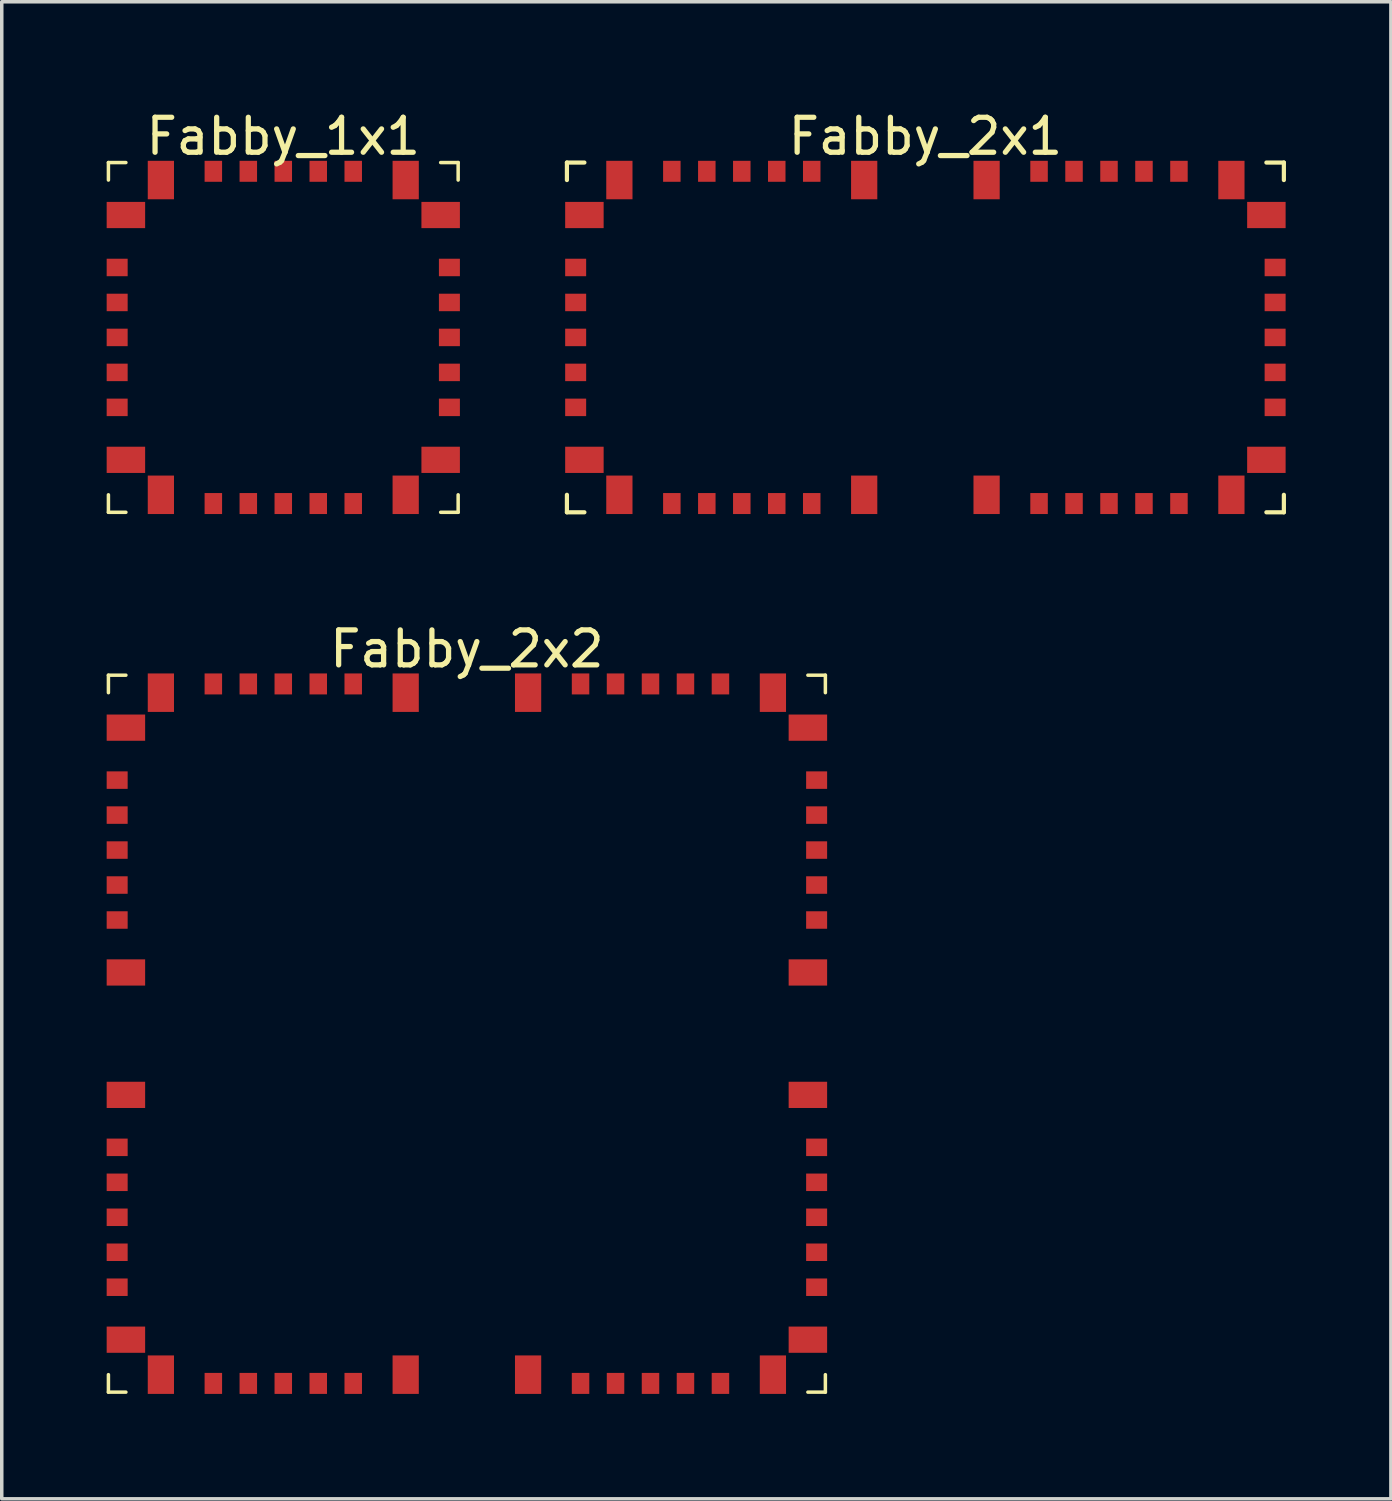
<source format=kicad_pcb>
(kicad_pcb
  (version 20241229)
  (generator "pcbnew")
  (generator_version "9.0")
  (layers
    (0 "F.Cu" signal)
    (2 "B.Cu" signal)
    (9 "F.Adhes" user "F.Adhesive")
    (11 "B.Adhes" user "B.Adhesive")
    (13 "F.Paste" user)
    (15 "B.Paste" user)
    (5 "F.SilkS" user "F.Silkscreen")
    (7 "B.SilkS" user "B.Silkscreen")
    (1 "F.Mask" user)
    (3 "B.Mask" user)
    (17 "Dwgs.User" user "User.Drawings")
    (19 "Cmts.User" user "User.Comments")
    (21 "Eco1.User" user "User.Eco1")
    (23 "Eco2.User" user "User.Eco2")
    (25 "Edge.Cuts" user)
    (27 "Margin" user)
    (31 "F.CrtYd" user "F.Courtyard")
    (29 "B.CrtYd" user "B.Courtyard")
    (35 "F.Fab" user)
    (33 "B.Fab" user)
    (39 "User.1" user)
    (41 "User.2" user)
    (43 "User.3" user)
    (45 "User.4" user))
  (footprint "Fabby_1x1"
    (layer "F.Cu")
    (at 5.05 6.598)
    (property "Reference" "Fabby_1x1" (at 0 -5.75 0) (layer "F.SilkS") (effects (font (size 1 1) (thickness 0.15))))
    (attr through_hole)
    (fp_line (start -5 -4.5) (end -5 -5) (stroke (width 0.1) (type solid)) (layer "F.SilkS"))
    (fp_line (start -5 4.5) (end -5 5) (stroke (width 0.1) (type solid)) (layer "F.SilkS"))
    (fp_line (start -5 5) (end -4.5 5) (stroke (width 0.1) (type solid)) (layer "F.SilkS"))
    (fp_line (start -4.5 -5) (end -5 -5) (stroke (width 0.1) (type solid)) (layer "F.SilkS"))
    (fp_line (start 4.5 -5) (end 5 -5) (stroke (width 0.1) (type solid)) (layer "F.SilkS"))
    (fp_line (start 5 -5) (end 5 -4.5) (stroke (width 0.1) (type solid)) (layer "F.SilkS"))
    (fp_line (start 5 4.5) (end 5 5) (stroke (width 0.1) (type solid)) (layer "F.SilkS"))
    (fp_line (start 5 5) (end 4.5 5) (stroke (width 0.1) (type solid)) (layer "F.SilkS"))
    (pad "1" smd rect (at -4.75 -2 90) (size 0.5 0.6) (layers "F.Cu" "F.Mask" "F.Paste"))
    (pad "1" smd rect (at -4.75 -1 90) (size 0.5 0.6) (layers "F.Cu" "F.Mask" "F.Paste"))
    (pad "1" smd rect (at -4.75 0 90) (size 0.5 0.6) (layers "F.Cu" "F.Mask" "F.Paste"))
    (pad "1" smd rect (at -4.75 1 90) (size 0.5 0.6) (layers "F.Cu" "F.Mask" "F.Paste"))
    (pad "1" smd rect (at -4.75 2 90) (size 0.5 0.6) (layers "F.Cu" "F.Mask" "F.Paste"))
    (pad "1" smd rect (at -4.5 -3.5) (size 1.1 0.75) (layers "F.Cu" "F.Mask" "F.Paste"))
    (pad "1" smd rect (at -4.5 3.5) (size 1.1 0.75) (layers "F.Cu" "F.Mask" "F.Paste"))
    (pad "1" smd rect (at -3.5 -4.5) (size 0.75 1.1) (layers "F.Cu" "F.Mask" "F.Paste"))
    (pad "1" smd rect (at -3.5 4.5) (size 0.75 1.1) (layers "F.Cu" "F.Mask" "F.Paste"))
    (pad "1" smd rect (at -2 -4.75) (size 0.5 0.6) (layers "F.Cu" "F.Mask" "F.Paste"))
    (pad "1" smd rect (at -2 4.75) (size 0.5 0.6) (layers "F.Cu" "F.Mask" "F.Paste"))
    (pad "1" smd rect (at -1 -4.75) (size 0.5 0.6) (layers "F.Cu" "F.Mask" "F.Paste"))
    (pad "1" smd rect (at -1 4.75) (size 0.5 0.6) (layers "F.Cu" "F.Mask" "F.Paste"))
    (pad "1" smd rect (at 0 -4.75) (size 0.5 0.6) (layers "F.Cu" "F.Mask" "F.Paste"))
    (pad "1" smd rect (at 0 4.75) (size 0.5 0.6) (layers "F.Cu" "F.Mask" "F.Paste"))
    (pad "1" smd rect (at 1 -4.75) (size 0.5 0.6) (layers "F.Cu" "F.Mask" "F.Paste"))
    (pad "1" smd rect (at 1 4.75) (size 0.5 0.6) (layers "F.Cu" "F.Mask" "F.Paste"))
    (pad "1" smd rect (at 2 -4.75) (size 0.5 0.6) (layers "F.Cu" "F.Mask" "F.Paste"))
    (pad "1" smd rect (at 2 4.75) (size 0.5 0.6) (layers "F.Cu" "F.Mask" "F.Paste"))
    (pad "1" smd rect (at 3.5 -4.5) (size 0.75 1.1) (layers "F.Cu" "F.Mask" "F.Paste"))
    (pad "1" smd rect (at 3.5 4.5) (size 0.75 1.1) (layers "F.Cu" "F.Mask" "F.Paste"))
    (pad "1" smd rect (at 4.5 -3.5) (size 1.1 0.75) (layers "F.Cu" "F.Mask" "F.Paste"))
    (pad "1" smd rect (at 4.5 3.5) (size 1.1 0.75) (layers "F.Cu" "F.Mask" "F.Paste"))
    (pad "1" smd rect (at 4.75 -2 90) (size 0.5 0.6) (layers "F.Cu" "F.Mask" "F.Paste"))
    (pad "1" smd rect (at 4.75 -1 90) (size 0.5 0.6) (layers "F.Cu" "F.Mask" "F.Paste"))
    (pad "1" smd rect (at 4.75 0 90) (size 0.5 0.6) (layers "F.Cu" "F.Mask" "F.Paste"))
    (pad "1" smd rect (at 4.75 1 90) (size 0.5 0.6) (layers "F.Cu" "F.Mask" "F.Paste"))
    (pad "1" smd rect (at 4.75 2 90) (size 0.5 0.6) (layers "F.Cu" "F.Mask" "F.Paste")))
  (footprint "Fabby_2x2"
    (layer "F.Cu")
    (at 10.3 26.756)
    (property "Reference" "Fabby_2x2" (at 0 -11.25 0) (layer "F.SilkS") (effects (font (size 1 1) (thickness 0.15))))
    (attr through_hole)
    (fp_line (start -10.25 -10.5) (end -9.75 -10.5) (stroke (width 0.1) (type solid)) (layer "F.SilkS"))
    (fp_line (start -10.25 -10) (end -10.25 -10.5) (stroke (width 0.1) (type solid)) (layer "F.SilkS"))
    (fp_line (start -10.25 9.5) (end -10.25 10) (stroke (width 0.1) (type solid)) (layer "F.SilkS"))
    (fp_line (start -10.25 10) (end -9.75 10) (stroke (width 0.1) (type solid)) (layer "F.SilkS"))
    (fp_line (start 9.75 -10.5) (end 10.25 -10.5) (stroke (width 0.1) (type solid)) (layer "F.SilkS"))
    (fp_line (start 9.75 10) (end 10.25 10) (stroke (width 0.1) (type solid)) (layer "F.SilkS"))
    (fp_line (start 10.25 -10.5) (end 10.25 -10) (stroke (width 0.1) (type solid)) (layer "F.SilkS"))
    (fp_line (start 10.25 10) (end 10.25 9.5) (stroke (width 0.1) (type solid)) (layer "F.SilkS"))
    (pad "1" smd rect (at -10 -7.5 180) (size 0.6 0.5) (layers "F.Cu" "F.Mask" "F.Paste"))
    (pad "1" smd rect (at -10 -6.5 180) (size 0.6 0.5) (layers "F.Cu" "F.Mask" "F.Paste"))
    (pad "1" smd rect (at -10 -5.5 180) (size 0.6 0.5) (layers "F.Cu" "F.Mask" "F.Paste"))
    (pad "1" smd rect (at -10 -4.5 180) (size 0.6 0.5) (layers "F.Cu" "F.Mask" "F.Paste"))
    (pad "1" smd rect (at -10 -3.5 180) (size 0.6 0.5) (layers "F.Cu" "F.Mask" "F.Paste"))
    (pad "1" smd rect (at -10 3 180) (size 0.6 0.5) (layers "F.Cu" "F.Mask" "F.Paste"))
    (pad "1" smd rect (at -10 4 180) (size 0.6 0.5) (layers "F.Cu" "F.Mask" "F.Paste"))
    (pad "1" smd rect (at -10 5 180) (size 0.6 0.5) (layers "F.Cu" "F.Mask" "F.Paste"))
    (pad "1" smd rect (at -10 6 180) (size 0.6 0.5) (layers "F.Cu" "F.Mask" "F.Paste"))
    (pad "1" smd rect (at -10 7 180) (size 0.6 0.5) (layers "F.Cu" "F.Mask" "F.Paste"))
    (pad "1" smd rect (at -9.75 -9 270) (size 0.75 1.1) (layers "F.Cu" "F.Mask" "F.Paste"))
    (pad "1" smd rect (at -9.75 -2 270) (size 0.75 1.1) (layers "F.Cu" "F.Mask" "F.Paste"))
    (pad "1" smd rect (at -9.75 1.5 270) (size 0.75 1.1) (layers "F.Cu" "F.Mask" "F.Paste"))
    (pad "1" smd rect (at -9.75 8.5 270) (size 0.75 1.1) (layers "F.Cu" "F.Mask" "F.Paste"))
    (pad "1" smd rect (at -8.75 -10 180) (size 0.75 1.1) (layers "F.Cu" "F.Mask" "F.Paste"))
    (pad "1" smd rect (at -8.75 9.5) (size 0.75 1.1) (layers "F.Cu" "F.Mask" "F.Paste"))
    (pad "1" smd rect (at -7.25 -10.25 90) (size 0.6 0.5) (layers "F.Cu" "F.Mask" "F.Paste"))
    (pad "1" smd rect (at -7.25 9.75 90) (size 0.6 0.5) (layers "F.Cu" "F.Mask" "F.Paste"))
    (pad "1" smd rect (at -6.25 9.75 90) (size 0.6 0.5) (layers "F.Cu" "F.Mask" "F.Paste"))
    (pad "1" smd rect (at -5.25 9.75 90) (size 0.6 0.5) (layers "F.Cu" "F.Mask" "F.Paste"))
    (pad "1" smd rect (at -4.25 9.75 90) (size 0.6 0.5) (layers "F.Cu" "F.Mask" "F.Paste"))
    (pad "1" smd rect (at -3.25 9.75 90) (size 0.6 0.5) (layers "F.Cu" "F.Mask" "F.Paste"))
    (pad "1" smd rect (at -1.75 -10 180) (size 0.75 1.1) (layers "F.Cu" "F.Mask" "F.Paste"))
    (pad "1" smd rect (at -1.75 9.5 180) (size 0.75 1.1) (layers "F.Cu" "F.Mask" "F.Paste"))
    (pad "1" smd rect (at 1.75 -10 180) (size 0.75 1.1) (layers "F.Cu" "F.Mask" "F.Paste"))
    (pad "1" smd rect (at 1.75 9.5 180) (size 0.75 1.1) (layers "F.Cu" "F.Mask" "F.Paste"))
    (pad "1" smd rect (at 3.25 9.75 90) (size 0.6 0.5) (layers "F.Cu" "F.Mask" "F.Paste"))
    (pad "1" smd rect (at 4.25 9.75 90) (size 0.6 0.5) (layers "F.Cu" "F.Mask" "F.Paste"))
    (pad "1" smd rect (at 5.25 9.75 90) (size 0.6 0.5) (layers "F.Cu" "F.Mask" "F.Paste"))
    (pad "1" smd rect (at 6.25 9.75 90) (size 0.6 0.5) (layers "F.Cu" "F.Mask" "F.Paste"))
    (pad "1" smd rect (at 7.25 9.75 90) (size 0.6 0.5) (layers "F.Cu" "F.Mask" "F.Paste"))
    (pad "1" smd rect (at 8.75 -10 180) (size 0.75 1.1) (layers "F.Cu" "F.Mask" "F.Paste"))
    (pad "1" smd rect (at 8.75 9.5) (size 0.75 1.1) (layers "F.Cu" "F.Mask" "F.Paste"))
    (pad "1" smd rect (at 9.75 -9 270) (size 0.75 1.1) (layers "F.Cu" "F.Mask" "F.Paste"))
    (pad "1" smd rect (at 9.75 -2 270) (size 0.75 1.1) (layers "F.Cu" "F.Mask" "F.Paste"))
    (pad "1" smd rect (at 9.75 1.5 270) (size 0.75 1.1) (layers "F.Cu" "F.Mask" "F.Paste"))
    (pad "1" smd rect (at 9.75 8.5 270) (size 0.75 1.1) (layers "F.Cu" "F.Mask" "F.Paste"))
    (pad "1" smd rect (at 10 -7.5 180) (size 0.6 0.5) (layers "F.Cu" "F.Mask" "F.Paste"))
    (pad "1" smd rect (at 10 -6.5 180) (size 0.6 0.5) (layers "F.Cu" "F.Mask" "F.Paste"))
    (pad "1" smd rect (at 10 -5.5 180) (size 0.6 0.5) (layers "F.Cu" "F.Mask" "F.Paste"))
    (pad "1" smd rect (at 10 -4.5 180) (size 0.6 0.5) (layers "F.Cu" "F.Mask" "F.Paste"))
    (pad "1" smd rect (at 10 -3.5 180) (size 0.6 0.5) (layers "F.Cu" "F.Mask" "F.Paste"))
    (pad "1" smd rect (at 10 3 180) (size 0.6 0.5) (layers "F.Cu" "F.Mask" "F.Paste"))
    (pad "1" smd rect (at 10 4 180) (size 0.6 0.5) (layers "F.Cu" "F.Mask" "F.Paste"))
    (pad "1" smd rect (at 10 5 180) (size 0.6 0.5) (layers "F.Cu" "F.Mask" "F.Paste"))
    (pad "1" smd rect (at 10 6 180) (size 0.6 0.5) (layers "F.Cu" "F.Mask" "F.Paste"))
    (pad "1" smd rect (at 10 7 180) (size 0.6 0.5) (layers "F.Cu" "F.Mask" "F.Paste"))
    (pad "2" smd rect (at -6.25 -10.25 90) (size 0.6 0.5) (layers "F.Cu" "F.Mask" "F.Paste"))
    (pad "3" smd rect (at -5.25 -10.25 90) (size 0.6 0.5) (layers "F.Cu" "F.Mask" "F.Paste"))
    (pad "4" smd rect (at -4.25 -10.25 90) (size 0.6 0.5) (layers "F.Cu" "F.Mask" "F.Paste"))
    (pad "5" smd rect (at -3.25 -10.25 90) (size 0.6 0.5) (layers "F.Cu" "F.Mask" "F.Paste"))
    (pad "6" smd rect (at 3.25 -10.25 90) (size 0.6 0.5) (layers "F.Cu" "F.Mask" "F.Paste"))
    (pad "7" smd rect (at 4.25 -10.25 90) (size 0.6 0.5) (layers "F.Cu" "F.Mask" "F.Paste"))
    (pad "8" smd rect (at 5.25 -10.25 90) (size 0.6 0.5) (layers "F.Cu" "F.Mask" "F.Paste"))
    (pad "9" smd rect (at 6.25 -10.25 90) (size 0.6 0.5) (layers "F.Cu" "F.Mask" "F.Paste"))
    (pad "10" smd rect (at 7.25 -10.25 90) (size 0.6 0.5) (layers "F.Cu" "F.Mask" "F.Paste")))
  (footprint "Fabby_2x1"
    (layer "F.Cu")
    (at 23.41 6.598)
    (property "Reference" "Fabby_2x1" (at 0 -5.75 0) (layer "F.SilkS") (effects (font (size 1 1) (thickness 0.15))))
    (attr through_hole)
    (fp_line (start -10.25 -5) (end -9.75 -5) (stroke (width 0.12) (type solid)) (layer "F.SilkS"))
    (fp_line (start -10.25 -4.5) (end -10.25 -5) (stroke (width 0.12) (type solid)) (layer "F.SilkS"))
    (fp_line (start -10.25 5) (end -10.25 4.5) (stroke (width 0.12) (type solid)) (layer "F.SilkS"))
    (fp_line (start -10.25 5) (end -9.75 5) (stroke (width 0.12) (type solid)) (layer "F.SilkS"))
    (fp_line (start 9.75 -5) (end 10.25 -5) (stroke (width 0.12) (type solid)) (layer "F.SilkS"))
    (fp_line (start 9.75 5) (end 10.25 5) (stroke (width 0.12) (type solid)) (layer "F.SilkS"))
    (fp_line (start 10.25 -4.5) (end 10.25 -5) (stroke (width 0.12) (type solid)) (layer "F.SilkS"))
    (fp_line (start 10.25 5) (end 10.25 4.5) (stroke (width 0.12) (type solid)) (layer "F.SilkS"))
    (pad "1" smd rect (at -10 -2 180) (size 0.6 0.5) (layers "F.Cu" "F.Mask" "F.Paste"))
    (pad "1" smd rect (at -10 -1 180) (size 0.6 0.5) (layers "F.Cu" "F.Mask" "F.Paste"))
    (pad "1" smd rect (at -10 0 180) (size 0.6 0.5) (layers "F.Cu" "F.Mask" "F.Paste"))
    (pad "1" smd rect (at -10 1 180) (size 0.6 0.5) (layers "F.Cu" "F.Mask" "F.Paste"))
    (pad "1" smd rect (at -10 2 180) (size 0.6 0.5) (layers "F.Cu" "F.Mask" "F.Paste"))
    (pad "1" smd rect (at -9.75 -3.5 180) (size 1.1 0.75) (layers "F.Cu" "F.Mask" "F.Paste"))
    (pad "1" smd rect (at -9.75 3.5 180) (size 1.1 0.75) (layers "F.Cu" "F.Mask" "F.Paste"))
    (pad "1" smd rect (at -8.75 -4.5 90) (size 1.1 0.75) (layers "F.Cu" "F.Mask" "F.Paste"))
    (pad "1" smd rect (at -8.75 4.5 270) (size 1.1 0.75) (layers "F.Cu" "F.Mask" "F.Paste"))
    (pad "1" smd rect (at -7.25 -4.75 90) (size 0.6 0.5) (layers "F.Cu" "F.Mask" "F.Paste"))
    (pad "1" smd rect (at -7.25 4.75 90) (size 0.6 0.5) (layers "F.Cu" "F.Mask" "F.Paste"))
    (pad "1" smd rect (at -6.25 -4.75 90) (size 0.6 0.5) (layers "F.Cu" "F.Mask" "F.Paste"))
    (pad "1" smd rect (at -6.25 4.75 90) (size 0.6 0.5) (layers "F.Cu" "F.Mask" "F.Paste"))
    (pad "1" smd rect (at -5.25 -4.75 90) (size 0.6 0.5) (layers "F.Cu" "F.Mask" "F.Paste"))
    (pad "1" smd rect (at -5.25 4.75 90) (size 0.6 0.5) (layers "F.Cu" "F.Mask" "F.Paste"))
    (pad "1" smd rect (at -4.25 -4.75 90) (size 0.6 0.5) (layers "F.Cu" "F.Mask" "F.Paste"))
    (pad "1" smd rect (at -4.25 4.75 90) (size 0.6 0.5) (layers "F.Cu" "F.Mask" "F.Paste"))
    (pad "1" smd rect (at -3.25 -4.75 90) (size 0.6 0.5) (layers "F.Cu" "F.Mask" "F.Paste"))
    (pad "1" smd rect (at -3.25 4.75 90) (size 0.6 0.5) (layers "F.Cu" "F.Mask" "F.Paste"))
    (pad "1" smd rect (at -1.75 -4.5 90) (size 1.1 0.75) (layers "F.Cu" "F.Mask" "F.Paste"))
    (pad "1" smd rect (at -1.75 4.5 90) (size 1.1 0.75) (layers "F.Cu" "F.Mask" "F.Paste"))
    (pad "1" smd rect (at 1.75 -4.5 90) (size 1.1 0.75) (layers "F.Cu" "F.Mask" "F.Paste"))
    (pad "1" smd rect (at 1.75 4.5 90) (size 1.1 0.75) (layers "F.Cu" "F.Mask" "F.Paste"))
    (pad "1" smd rect (at 3.25 -4.75 90) (size 0.6 0.5) (layers "F.Cu" "F.Mask" "F.Paste"))
    (pad "1" smd rect (at 3.25 4.75 90) (size 0.6 0.5) (layers "F.Cu" "F.Mask" "F.Paste"))
    (pad "1" smd rect (at 4.25 -4.75 90) (size 0.6 0.5) (layers "F.Cu" "F.Mask" "F.Paste"))
    (pad "1" smd rect (at 4.25 4.75 90) (size 0.6 0.5) (layers "F.Cu" "F.Mask" "F.Paste"))
    (pad "1" smd rect (at 5.25 -4.75 90) (size 0.6 0.5) (layers "F.Cu" "F.Mask" "F.Paste"))
    (pad "1" smd rect (at 5.25 4.75 90) (size 0.6 0.5) (layers "F.Cu" "F.Mask" "F.Paste"))
    (pad "1" smd rect (at 6.25 -4.75 90) (size 0.6 0.5) (layers "F.Cu" "F.Mask" "F.Paste"))
    (pad "1" smd rect (at 6.25 4.75 90) (size 0.6 0.5) (layers "F.Cu" "F.Mask" "F.Paste"))
    (pad "1" smd rect (at 7.25 -4.75 90) (size 0.6 0.5) (layers "F.Cu" "F.Mask" "F.Paste"))
    (pad "1" smd rect (at 7.25 4.75 90) (size 0.6 0.5) (layers "F.Cu" "F.Mask" "F.Paste"))
    (pad "1" smd rect (at 8.75 -4.5 270) (size 1.1 0.75) (layers "F.Cu" "F.Mask" "F.Paste"))
    (pad "1" smd rect (at 8.75 4.5 270) (size 1.1 0.75) (layers "F.Cu" "F.Mask" "F.Paste"))
    (pad "1" smd rect (at 9.75 -3.5 180) (size 1.1 0.75) (layers "F.Cu" "F.Mask" "F.Paste"))
    (pad "1" smd rect (at 9.75 3.5 180) (size 1.1 0.75) (layers "F.Cu" "F.Mask" "F.Paste"))
    (pad "1" smd rect (at 10 -2 180) (size 0.6 0.5) (layers "F.Cu" "F.Mask" "F.Paste"))
    (pad "1" smd rect (at 10 -1 180) (size 0.6 0.5) (layers "F.Cu" "F.Mask" "F.Paste"))
    (pad "1" smd rect (at 10 0 180) (size 0.6 0.5) (layers "F.Cu" "F.Mask" "F.Paste"))
    (pad "1" smd rect (at 10 1 180) (size 0.6 0.5) (layers "F.Cu" "F.Mask" "F.Paste"))
    (pad "1" smd rect (at 10 2 180) (size 0.6 0.5) (layers "F.Cu" "F.Mask" "F.Paste")))
  (gr_rect
    (start -3 -3)
    (end 36.72 39.806)
    (stroke (width 0.1) (type default))
    (fill no)
    (layer "Edge.Cuts")))
</source>
